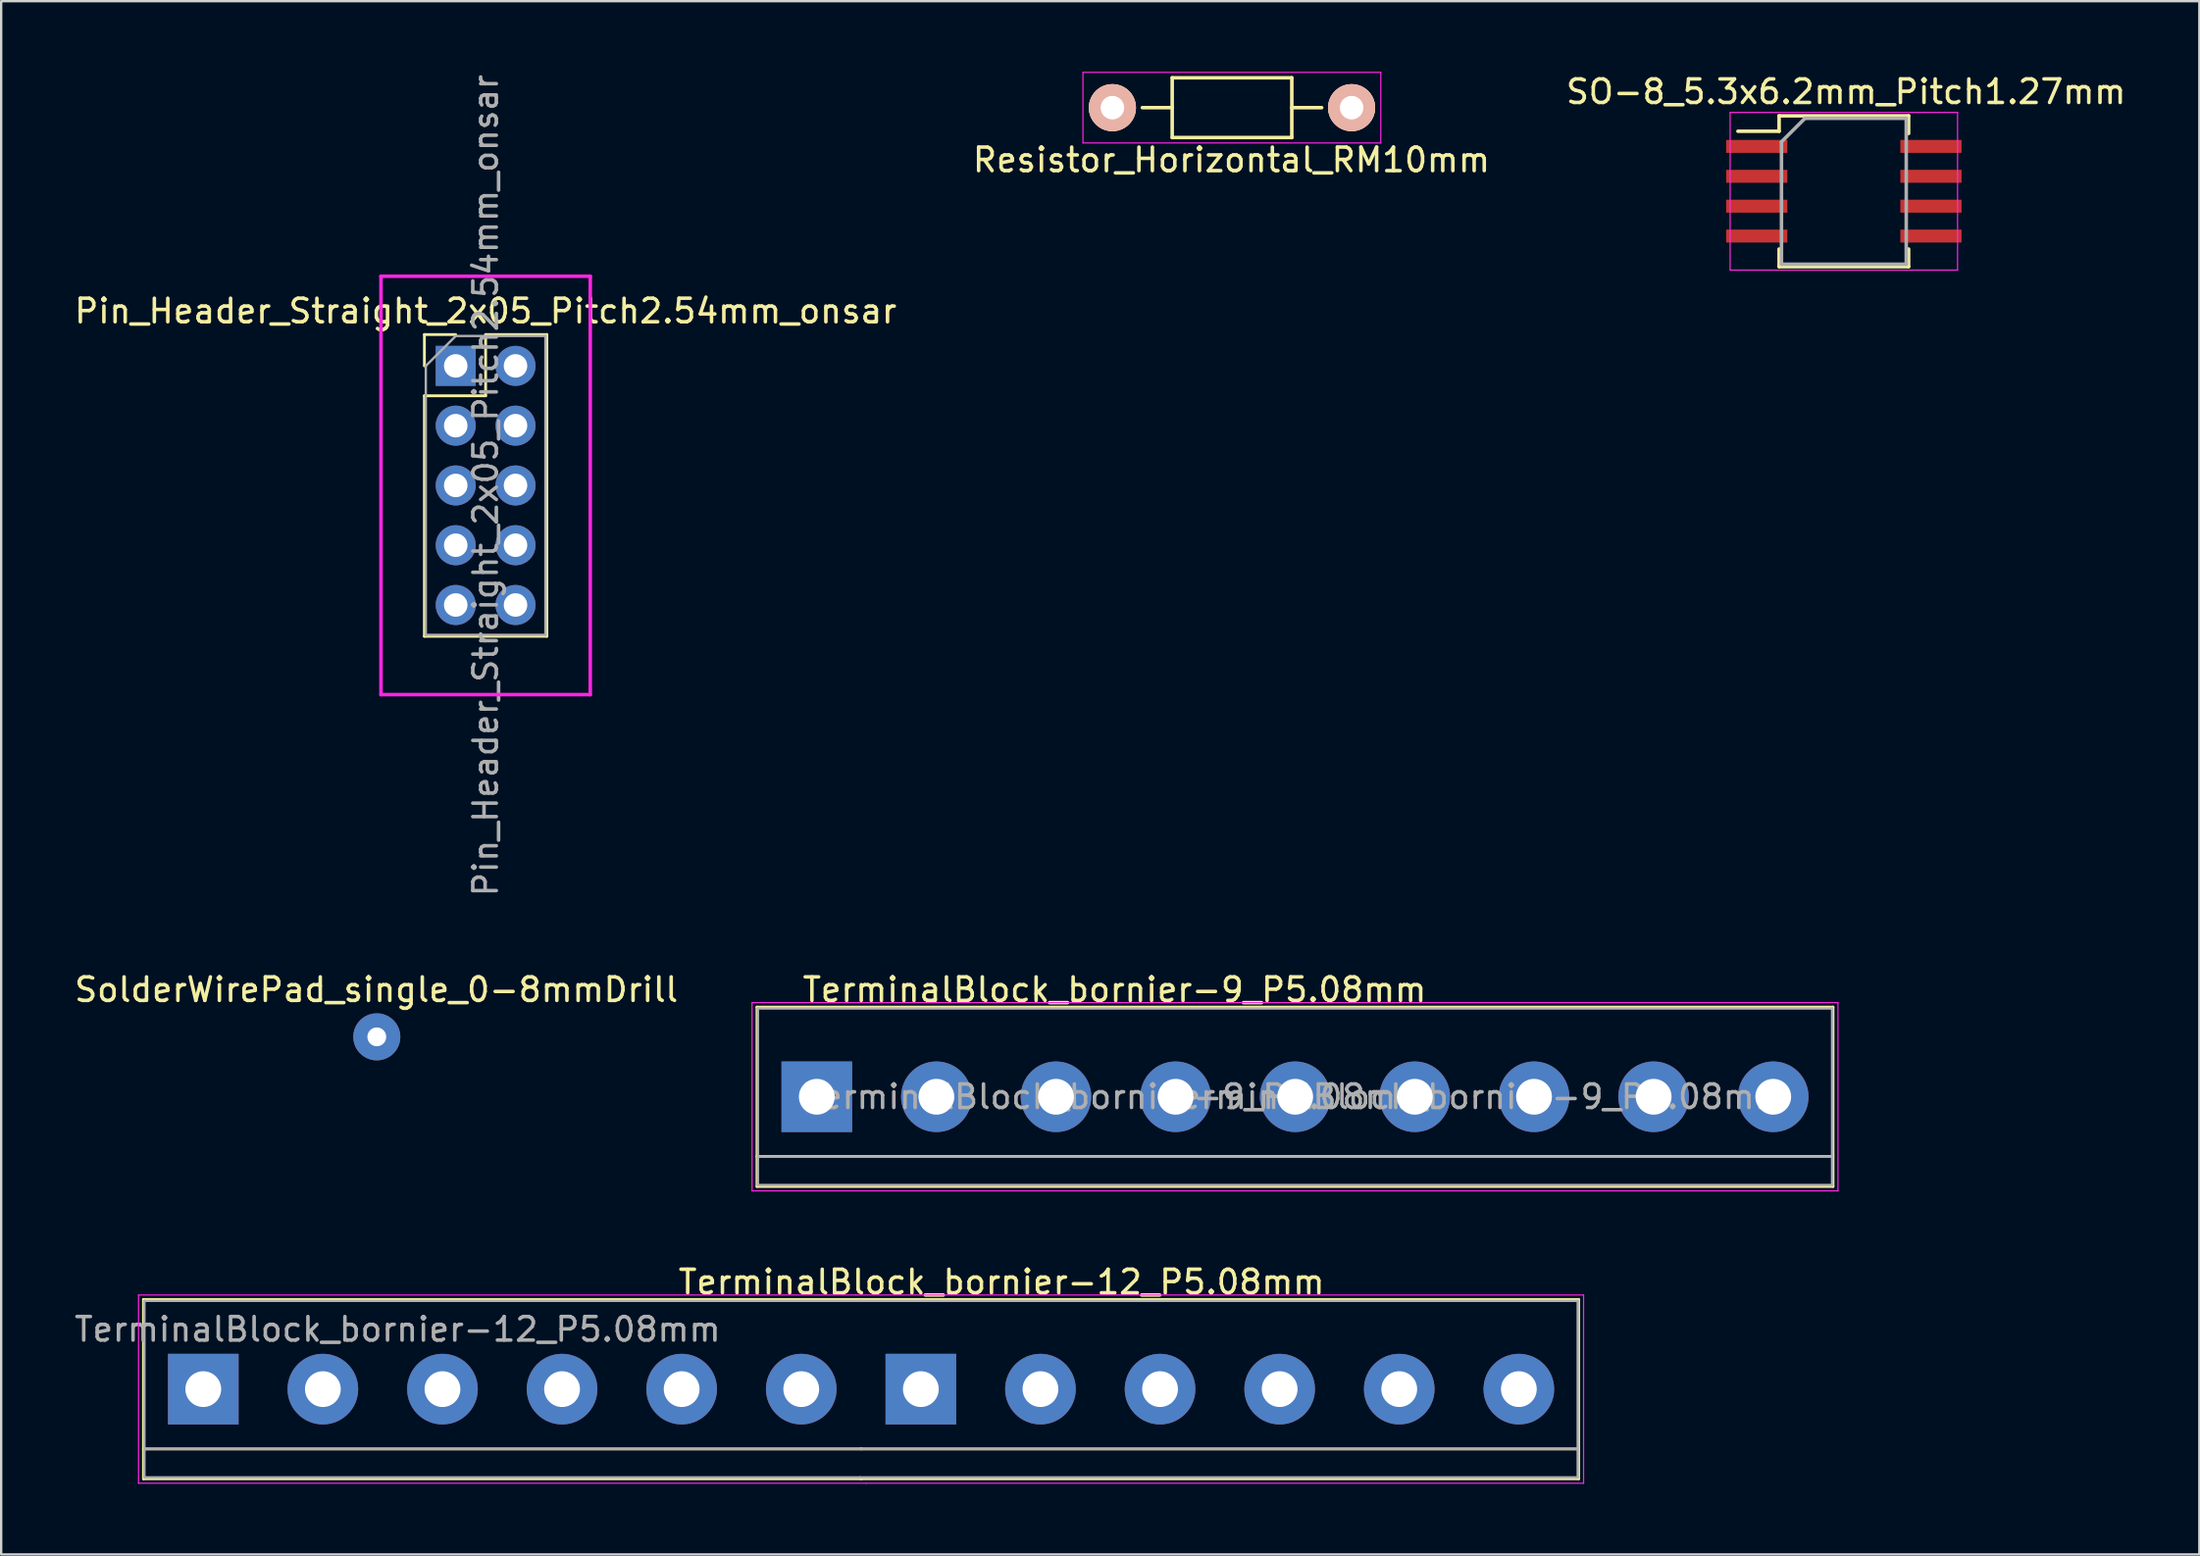
<source format=kicad_pcb>
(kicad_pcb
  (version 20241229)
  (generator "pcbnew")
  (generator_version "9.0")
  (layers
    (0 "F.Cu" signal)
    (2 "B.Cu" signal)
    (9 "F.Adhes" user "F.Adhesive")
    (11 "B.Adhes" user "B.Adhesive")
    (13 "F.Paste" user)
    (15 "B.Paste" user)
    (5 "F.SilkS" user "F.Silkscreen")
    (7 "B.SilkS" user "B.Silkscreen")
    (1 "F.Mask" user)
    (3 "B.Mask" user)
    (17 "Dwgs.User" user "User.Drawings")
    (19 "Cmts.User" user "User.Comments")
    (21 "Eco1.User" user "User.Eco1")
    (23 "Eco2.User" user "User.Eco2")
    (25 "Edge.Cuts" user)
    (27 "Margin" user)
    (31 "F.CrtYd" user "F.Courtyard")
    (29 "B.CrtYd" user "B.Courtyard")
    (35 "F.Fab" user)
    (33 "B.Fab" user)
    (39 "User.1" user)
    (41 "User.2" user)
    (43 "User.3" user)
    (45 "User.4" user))
  (footprint "Pin_Header_Straight_2x05_Pitch2.54mm_onsar"
    (layer "F.Cu")
    (at 16.307 12.497)
    (property "Reference" "Pin_Header_Straight_2x05_Pitch2.54mm_onsar" (at 1.27 -2.33 0) (layer "F.SilkS") (effects (font (size 1 1) (thickness 0.15))))
    (attr through_hole)
    (fp_line (start -1.33 -1.33) (end 0 -1.33) (stroke (width 0.12) (type solid)) (layer "F.SilkS"))
    (fp_line (start -1.33 0) (end -1.33 -1.33) (stroke (width 0.12) (type solid)) (layer "F.SilkS"))
    (fp_line (start -1.33 1.27) (end -1.33 11.49) (stroke (width 0.12) (type solid)) (layer "F.SilkS"))
    (fp_line (start -1.33 1.27) (end 1.27 1.27) (stroke (width 0.12) (type solid)) (layer "F.SilkS"))
    (fp_line (start -1.33 11.49) (end 3.87 11.49) (stroke (width 0.12) (type solid)) (layer "F.SilkS"))
    (fp_line (start 1.27 -1.33) (end 3.87 -1.33) (stroke (width 0.12) (type solid)) (layer "F.SilkS"))
    (fp_line (start 1.27 1.27) (end 1.27 -1.33) (stroke (width 0.12) (type solid)) (layer "F.SilkS"))
    (fp_line (start 3.87 -1.33) (end 3.87 11.49) (stroke (width 0.12) (type solid)) (layer "F.SilkS"))
    (fp_line (start -3.175 -3.81) (end -3.175 13.97) (stroke (width 0.15) (type solid)) (layer "F.CrtYd"))
    (fp_line (start -3.175 13.97) (end 5.715 13.97) (stroke (width 0.15) (type solid)) (layer "F.CrtYd"))
    (fp_line (start 5.715 -3.81) (end -3.175 -3.81) (stroke (width 0.15) (type solid)) (layer "F.CrtYd"))
    (fp_line (start 5.715 13.97) (end 5.715 -3.81) (stroke (width 0.15) (type solid)) (layer "F.CrtYd"))
    (fp_line (start -1.27 0) (end 0 -1.27) (stroke (width 0.1) (type solid)) (layer "F.Fab"))
    (fp_line (start -1.27 11.43) (end -1.27 0) (stroke (width 0.1) (type solid)) (layer "F.Fab"))
    (fp_line (start 0 -1.27) (end 3.81 -1.27) (stroke (width 0.1) (type solid)) (layer "F.Fab"))
    (fp_line (start 3.81 -1.27) (end 3.81 11.43) (stroke (width 0.1) (type solid)) (layer "F.Fab"))
    (fp_line (start 3.81 11.43) (end -1.27 11.43) (stroke (width 0.1) (type solid)) (layer "F.Fab"))
    (fp_text user "${REFERENCE}" (at 1.27 5.08 90) (layer "F.Fab") (effects (font (size 1 1) (thickness 0.15))))
    (pad "1" thru_hole rect (at 0 0) (size 1.7 1.7) (drill 1) (layers "*.Cu" "*.Mask"))
    (pad "2" thru_hole oval (at 2.54 0) (size 1.7 1.7) (drill 1) (layers "*.Cu" "*.Mask"))
    (pad "3" thru_hole oval (at 0 2.54) (size 1.7 1.7) (drill 1) (layers "*.Cu" "*.Mask"))
    (pad "4" thru_hole oval (at 2.54 2.54) (size 1.7 1.7) (drill 1) (layers "*.Cu" "*.Mask"))
    (pad "5" thru_hole oval (at 0 5.08) (size 1.7 1.7) (drill 1) (layers "*.Cu" "*.Mask"))
    (pad "6" thru_hole oval (at 2.54 5.08) (size 1.7 1.7) (drill 1) (layers "*.Cu" "*.Mask"))
    (pad "7" thru_hole oval (at 0 7.62) (size 1.7 1.7) (drill 1) (layers "*.Cu" "*.Mask"))
    (pad "8" thru_hole oval (at 2.54 7.62) (size 1.7 1.7) (drill 1) (layers "*.Cu" "*.Mask"))
    (pad "9" thru_hole oval (at 0 10.16) (size 1.7 1.7) (drill 1) (layers "*.Cu" "*.Mask"))
    (pad "10" thru_hole oval (at 2.54 10.16) (size 1.7 1.7) (drill 1) (layers "*.Cu" "*.Mask")))
  (footprint "TerminalBlock_bornier-12_P5.08mm"
    (layer "F.Cu")
    (at 5.584 55.976)
    (property "Reference" "TerminalBlock_bornier-12_P5.08mm" (at 33.909 -4.55 0) (layer "F.SilkS") (effects (font (size 1 1) (thickness 0.15))))
    (attr through_hole)
    (fp_line (start -2.54 -3.81) (end -2.54 3.81) (stroke (width 0.12) (type solid)) (layer "F.SilkS"))
    (fp_line (start -2.54 -3.81) (end 27.94 -3.81) (stroke (width 0.12) (type solid)) (layer "F.SilkS"))
    (fp_line (start -2.54 2.54) (end 27.94 2.54) (stroke (width 0.12) (type solid)) (layer "F.SilkS"))
    (fp_line (start -2.54 3.81) (end 27.94 3.81) (stroke (width 0.12) (type solid)) (layer "F.SilkS"))
    (fp_line (start 27.94 -3.81) (end 58.42 -3.81) (stroke (width 0.12) (type solid)) (layer "F.SilkS"))
    (fp_line (start 27.94 2.54) (end 58.42 2.54) (stroke (width 0.12) (type solid)) (layer "F.SilkS"))
    (fp_line (start 27.94 3.81) (end 58.42 3.81) (stroke (width 0.12) (type solid)) (layer "F.SilkS"))
    (fp_line (start 58.42 3.81) (end 58.42 -3.81) (stroke (width 0.12) (type solid)) (layer "F.SilkS"))
    (fp_line (start -2.75 -4) (end -2.75 4) (stroke (width 0.05) (type solid)) (layer "F.CrtYd"))
    (fp_line (start -2.75 -4) (end 27.73 -4) (stroke (width 0.05) (type solid)) (layer "F.CrtYd"))
    (fp_line (start 27.73 -4) (end 58.63 -4) (stroke (width 0.05) (type solid)) (layer "F.CrtYd"))
    (fp_line (start 28.15 4) (end -2.75 4) (stroke (width 0.05) (type solid)) (layer "F.CrtYd"))
    (fp_line (start 58.63 4) (end 28.15 4) (stroke (width 0.05) (type solid)) (layer "F.CrtYd"))
    (fp_line (start 58.63 4) (end 58.63 -4) (stroke (width 0.05) (type solid)) (layer "F.CrtYd"))
    (fp_line (start -2.5 -3.75) (end -2.5 3.75) (stroke (width 0.1) (type solid)) (layer "F.Fab"))
    (fp_line (start -2.5 2.55) (end 27.98 2.55) (stroke (width 0.1) (type solid)) (layer "F.Fab"))
    (fp_line (start -2.5 3.75) (end 27.9 3.75) (stroke (width 0.1) (type solid)) (layer "F.Fab"))
    (fp_line (start 27.9 -3.75) (end -2.5 -3.75) (stroke (width 0.1) (type solid)) (layer "F.Fab"))
    (fp_line (start 27.9 3.75) (end 58.38 3.75) (stroke (width 0.1) (type solid)) (layer "F.Fab"))
    (fp_line (start 27.98 2.55) (end 58.38 2.55) (stroke (width 0.1) (type solid)) (layer "F.Fab"))
    (fp_line (start 58.38 -3.75) (end 27.9 -3.75) (stroke (width 0.1) (type solid)) (layer "F.Fab"))
    (fp_line (start 58.38 3.75) (end 58.38 -3.75) (stroke (width 0.1) (type solid)) (layer "F.Fab"))
    (fp_text user "${REFERENCE}" (at 8.255 -2.54 0) (layer "F.Fab") (effects (font (size 1 1) (thickness 0.15))))
    (pad "1" thru_hole rect (at 0 0) (size 3 3) (drill 1.52) (layers "*.Cu" "*.Mask"))
    (pad "2" thru_hole circle (at 5.08 0) (size 3 3) (drill 1.52) (layers "*.Cu" "*.Mask"))
    (pad "3" thru_hole circle (at 10.16 0) (size 3 3) (drill 1.52) (layers "*.Cu" "*.Mask"))
    (pad "4" thru_hole circle (at 15.24 0) (size 3 3) (drill 1.52) (layers "*.Cu" "*.Mask"))
    (pad "5" thru_hole circle (at 20.32 0) (size 3 3) (drill 1.52) (layers "*.Cu" "*.Mask"))
    (pad "6" thru_hole circle (at 25.4 0) (size 3 3) (drill 1.52) (layers "*.Cu" "*.Mask"))
    (pad "7" thru_hole rect (at 30.48 0) (size 3 3) (drill 1.52) (layers "*.Cu" "*.Mask"))
    (pad "8" thru_hole circle (at 35.56 0) (size 3 3) (drill 1.52) (layers "*.Cu" "*.Mask"))
    (pad "9" thru_hole circle (at 40.64 0) (size 3 3) (drill 1.52) (layers "*.Cu" "*.Mask"))
    (pad "10" thru_hole circle (at 45.72 0) (size 3 3) (drill 1.52) (layers "*.Cu" "*.Mask"))
    (pad "11" thru_hole circle (at 50.8 0) (size 3 3) (drill 1.52) (layers "*.Cu" "*.Mask"))
    (pad "12" thru_hole circle (at 55.88 0) (size 3 3) (drill 1.52) (layers "*.Cu" "*.Mask")))
  (footprint "SolderWirePad_single_0-8mmDrill"
    (layer "F.Cu")
    (at 12.955 41.007)
    (property "Reference" "SolderWirePad_single_0-8mmDrill" (at -0.02 -2.004 0) (layer "F.SilkS") (effects (font (size 1 1) (thickness 0.15))))
    (attr through_hole)
    (pad "1" thru_hole circle (at 0 0) (size 1.999 1.999) (drill 0.8) (layers "*.Cu" "*.Mask")))
  (footprint "TerminalBlock_bornier-9_P5.08mm"
    (layer "F.Cu")
    (at 31.644 43.553)
    (property "Reference" "TerminalBlock_bornier-9_P5.08mm" (at 12.65 -4.55 0) (layer "F.SilkS") (effects (font (size 1 1) (thickness 0.15))))
    (attr through_hole)
    (fp_line (start -2.54 -3.81) (end -2.54 3.81) (stroke (width 0.12) (type solid)) (layer "F.SilkS"))
    (fp_line (start -2.54 -3.81) (end 43.165 -3.81) (stroke (width 0.12) (type solid)) (layer "F.SilkS"))
    (fp_line (start -2.54 2.54) (end 43.16 2.54) (stroke (width 0.12) (type solid)) (layer "F.SilkS"))
    (fp_line (start -2.54 3.81) (end 43.165 3.81) (stroke (width 0.12) (type solid)) (layer "F.SilkS"))
    (fp_line (start 43.165 3.81) (end 43.165 -3.81) (stroke (width 0.12) (type solid)) (layer "F.SilkS"))
    (fp_line (start -2.75 -4) (end -2.75 4) (stroke (width 0.05) (type solid)) (layer "F.CrtYd"))
    (fp_line (start -2.75 -4) (end 43.375 -4) (stroke (width 0.05) (type solid)) (layer "F.CrtYd"))
    (fp_line (start 43.375 4) (end -2.75 4) (stroke (width 0.05) (type solid)) (layer "F.CrtYd"))
    (fp_line (start 43.375 4) (end 43.375 -4) (stroke (width 0.05) (type solid)) (layer "F.CrtYd"))
    (fp_line (start -2.5 -3.75) (end -2.5 3.75) (stroke (width 0.1) (type solid)) (layer "F.Fab"))
    (fp_line (start -2.5 2.55) (end 43.125 2.55) (stroke (width 0.1) (type solid)) (layer "F.Fab"))
    (fp_line (start -2.5 3.75) (end 43.125 3.75) (stroke (width 0.1) (type solid)) (layer "F.Fab"))
    (fp_line (start 43.125 -3.75) (end -2.5 -3.75) (stroke (width 0.1) (type solid)) (layer "F.Fab"))
    (fp_line (start 43.125 3.75) (end 43.125 -3.75) (stroke (width 0.1) (type solid)) (layer "F.Fab"))
    (fp_text user "${REFERENCE}" (at 27.925 0 0) (layer "F.Fab") (effects (font (size 1 1) (thickness 0.15))))
    (fp_text user "${REFERENCE}" (at 12.7 0 0) (layer "F.Fab") (effects (font (size 1 1) (thickness 0.15))))
    (pad "1" thru_hole rect (at 0 0) (size 3 3) (drill 1.52) (layers "*.Cu" "*.Mask"))
    (pad "2" thru_hole circle (at 5.08 0) (size 3 3) (drill 1.52) (layers "*.Cu" "*.Mask"))
    (pad "3" thru_hole circle (at 10.16 0) (size 3 3) (drill 1.52) (layers "*.Cu" "*.Mask"))
    (pad "4" thru_hole circle (at 15.24 0) (size 3 3) (drill 1.52) (layers "*.Cu" "*.Mask"))
    (pad "5" thru_hole circle (at 20.32 0) (size 3 3) (drill 1.52) (layers "*.Cu" "*.Mask"))
    (pad "6" thru_hole circle (at 25.4 0) (size 3 3) (drill 1.52) (layers "*.Cu" "*.Mask"))
    (pad "7" thru_hole circle (at 30.465 0) (size 3 3) (drill 1.52) (layers "*.Cu" "*.Mask"))
    (pad "8" thru_hole circle (at 35.545 0) (size 3 3) (drill 1.52) (layers "*.Cu" "*.Mask"))
    (pad "9" thru_hole circle (at 40.625 0) (size 3 3) (drill 1.52) (layers "*.Cu" "*.Mask")))
  (footprint "SO-8_5.3x6.2mm_Pitch1.27mm"
    (layer "F.Cu")
    (at 75.269 5.076)
    (property "Reference" "SO-8_5.3x6.2mm_Pitch1.27mm" (at 0.094 -4.228 0) (layer "F.SilkS") (effects (font (size 1 1) (thickness 0.15))))
    (attr smd)
    (fp_line (start -2.75 -3.205) (end -2.75 -2.55) (stroke (width 0.15) (type solid)) (layer "F.SilkS"))
    (fp_line (start -2.75 -3.205) (end 2.75 -3.205) (stroke (width 0.15) (type solid)) (layer "F.SilkS"))
    (fp_line (start -2.75 -2.55) (end -4.5 -2.55) (stroke (width 0.15) (type solid)) (layer "F.SilkS"))
    (fp_line (start -2.75 3.205) (end -2.75 2.455) (stroke (width 0.15) (type solid)) (layer "F.SilkS"))
    (fp_line (start -2.75 3.205) (end 2.75 3.205) (stroke (width 0.15) (type solid)) (layer "F.SilkS"))
    (fp_line (start 2.75 -3.205) (end 2.75 -2.455) (stroke (width 0.15) (type solid)) (layer "F.SilkS"))
    (fp_line (start 2.75 3.205) (end 2.75 2.455) (stroke (width 0.15) (type solid)) (layer "F.SilkS"))
    (fp_line (start -4.83 -3.35) (end -4.83 3.35) (stroke (width 0.05) (type solid)) (layer "F.CrtYd"))
    (fp_line (start -4.83 -3.35) (end 4.83 -3.35) (stroke (width 0.05) (type solid)) (layer "F.CrtYd"))
    (fp_line (start -4.83 3.35) (end 4.83 3.35) (stroke (width 0.05) (type solid)) (layer "F.CrtYd"))
    (fp_line (start 4.83 -3.35) (end 4.83 3.35) (stroke (width 0.05) (type solid)) (layer "F.CrtYd"))
    (fp_line (start -2.65 -2.1) (end -1.65 -3.1) (stroke (width 0.15) (type solid)) (layer "F.Fab"))
    (fp_line (start -2.65 3.1) (end -2.65 -2.1) (stroke (width 0.15) (type solid)) (layer "F.Fab"))
    (fp_line (start -1.65 -3.1) (end 2.65 -3.1) (stroke (width 0.15) (type solid)) (layer "F.Fab"))
    (fp_line (start 2.65 -3.1) (end 2.65 3.1) (stroke (width 0.15) (type solid)) (layer "F.Fab"))
    (fp_line (start 2.65 3.1) (end -2.65 3.1) (stroke (width 0.15) (type solid)) (layer "F.Fab"))
    (pad "1" smd rect (at -3.7 -1.905) (size 2.6 0.55) (layers "F.Cu" "F.Mask" "F.Paste"))
    (pad "2" smd rect (at -3.7 -0.635) (size 2.6 0.55) (layers "F.Cu" "F.Mask" "F.Paste"))
    (pad "3" smd rect (at -3.7 0.635) (size 2.6 0.55) (layers "F.Cu" "F.Mask" "F.Paste"))
    (pad "4" smd rect (at -3.7 1.905) (size 2.6 0.55) (layers "F.Cu" "F.Mask" "F.Paste"))
    (pad "5" smd rect (at 3.7 1.905) (size 2.6 0.55) (layers "F.Cu" "F.Mask" "F.Paste"))
    (pad "6" smd rect (at 3.7 0.635) (size 2.6 0.55) (layers "F.Cu" "F.Mask" "F.Paste"))
    (pad "7" smd rect (at 3.7 -0.635) (size 2.6 0.55) (layers "F.Cu" "F.Mask" "F.Paste"))
    (pad "8" smd rect (at 3.7 -1.905) (size 2.6 0.55) (layers "F.Cu" "F.Mask" "F.Paste")))
  (footprint "Resistor_Horizontal_RM10mm"
    (layer "F.Cu")
    (at 44.2 1.525)
    (property "Reference" "Resistor_Horizontal_RM10mm" (at 5.056 2.22 0) (layer "F.SilkS") (effects (font (size 1 1) (thickness 0.15))))
    (attr through_hole)
    (fp_line (start 2.54 -1.27) (end 7.62 -1.27) (stroke (width 0.15) (type solid)) (layer "F.SilkS"))
    (fp_line (start 2.54 0) (end 1.27 0) (stroke (width 0.15) (type solid)) (layer "F.SilkS"))
    (fp_line (start 2.54 1.27) (end 2.54 -1.27) (stroke (width 0.15) (type solid)) (layer "F.SilkS"))
    (fp_line (start 7.62 -1.27) (end 7.62 1.27) (stroke (width 0.15) (type solid)) (layer "F.SilkS"))
    (fp_line (start 7.62 0) (end 8.89 0) (stroke (width 0.15) (type solid)) (layer "F.SilkS"))
    (fp_line (start 7.62 1.27) (end 2.54 1.27) (stroke (width 0.15) (type solid)) (layer "F.SilkS"))
    (fp_line (start -1.25 -1.5) (end 11.4 -1.5) (stroke (width 0.05) (type solid)) (layer "F.CrtYd"))
    (fp_line (start -1.25 1.5) (end -1.25 -1.5) (stroke (width 0.05) (type solid)) (layer "F.CrtYd"))
    (fp_line (start -1.25 1.5) (end 11.4 1.5) (stroke (width 0.05) (type solid)) (layer "F.CrtYd"))
    (fp_line (start 11.4 -1.5) (end 11.4 1.5) (stroke (width 0.05) (type solid)) (layer "F.CrtYd"))
    (pad "1" thru_hole circle (at 0 0) (size 1.999 1.999) (drill 1.001) (layers "*.Cu" "*.SilkS" "*.Mask"))
    (pad "2" thru_hole circle (at 10.16 0) (size 1.999 1.999) (drill 1.001) (layers "*.Cu" "*.SilkS" "*.Mask")))
  (gr_rect
    (start -3 -3)
    (end 90.369 63.001)
    (stroke (width 0.1) (type default))
    (fill no)
    (layer "Edge.Cuts")))
</source>
